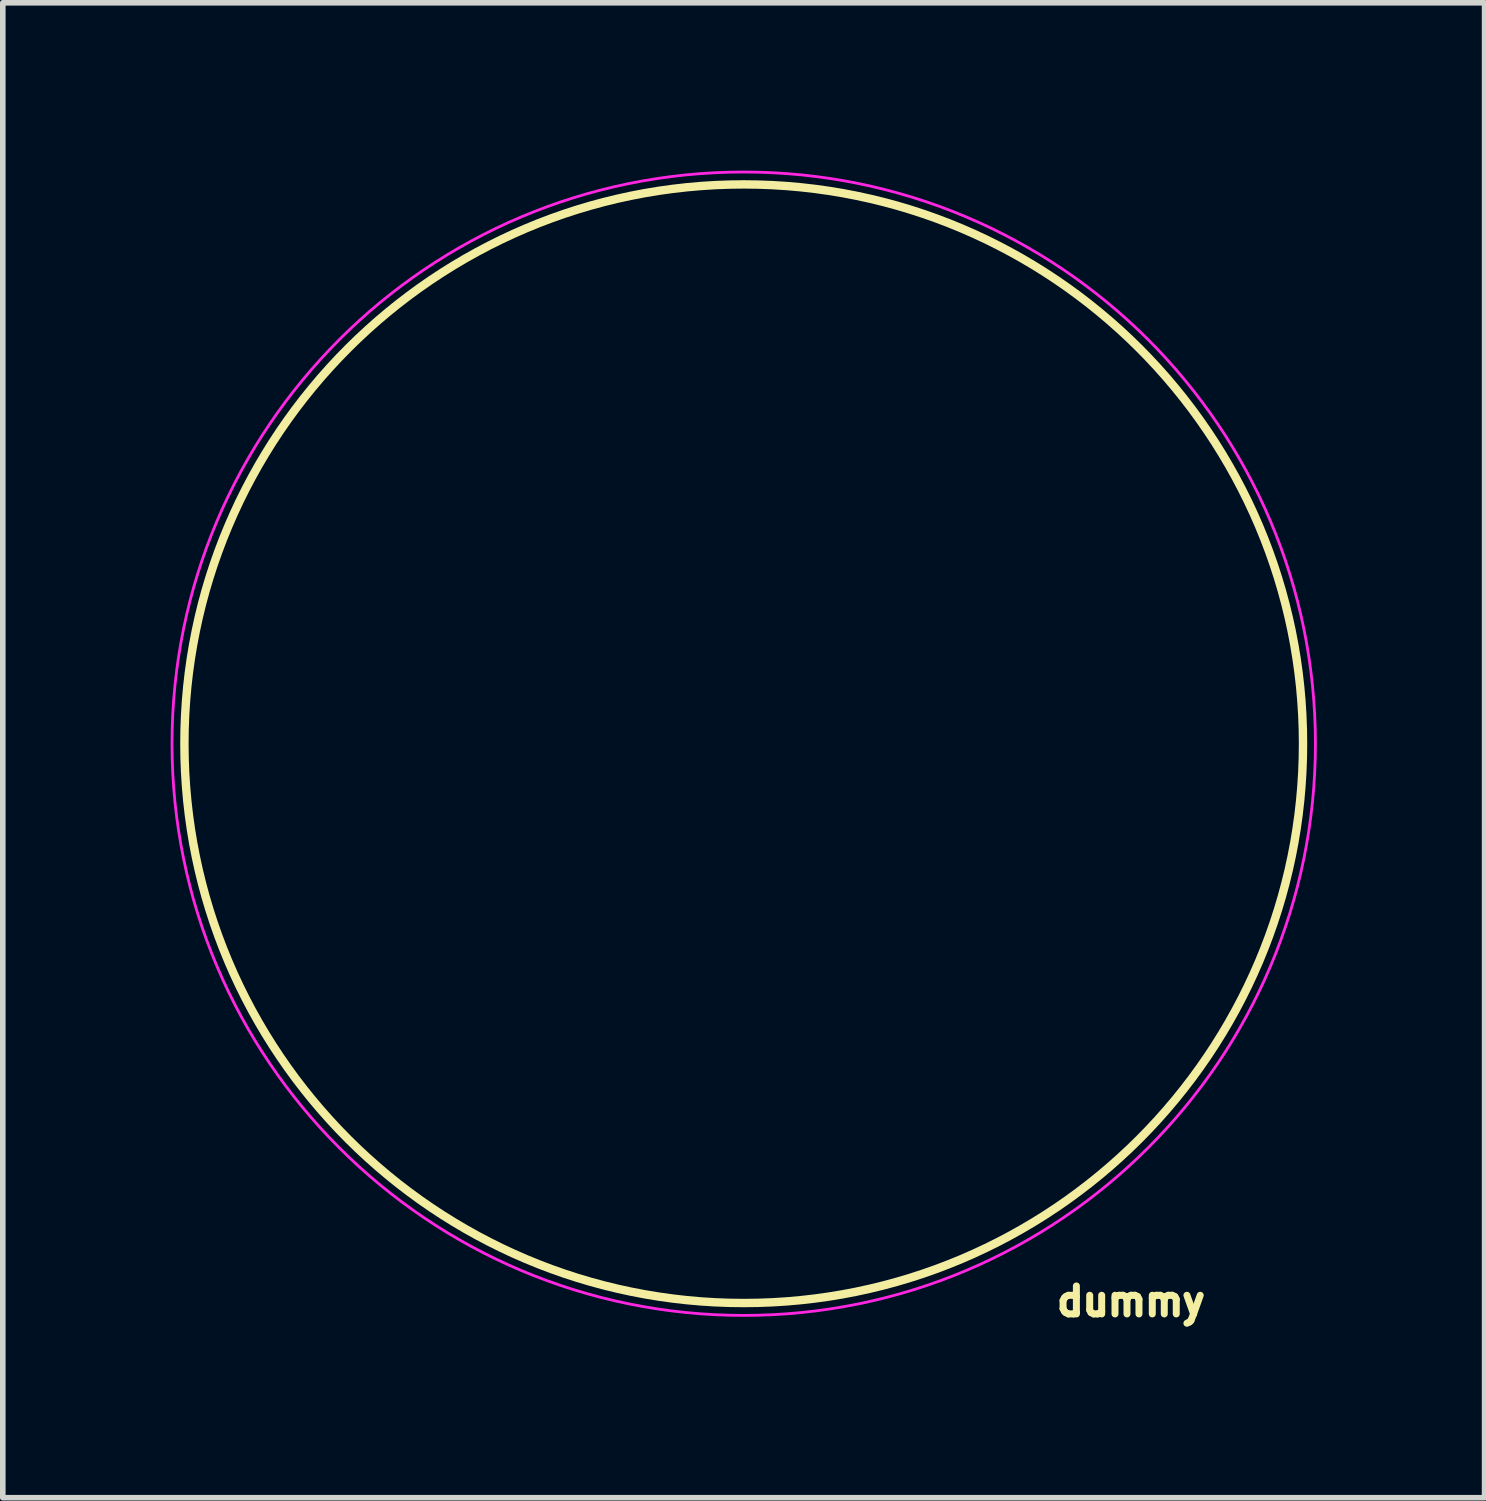
<source format=kicad_pcb>
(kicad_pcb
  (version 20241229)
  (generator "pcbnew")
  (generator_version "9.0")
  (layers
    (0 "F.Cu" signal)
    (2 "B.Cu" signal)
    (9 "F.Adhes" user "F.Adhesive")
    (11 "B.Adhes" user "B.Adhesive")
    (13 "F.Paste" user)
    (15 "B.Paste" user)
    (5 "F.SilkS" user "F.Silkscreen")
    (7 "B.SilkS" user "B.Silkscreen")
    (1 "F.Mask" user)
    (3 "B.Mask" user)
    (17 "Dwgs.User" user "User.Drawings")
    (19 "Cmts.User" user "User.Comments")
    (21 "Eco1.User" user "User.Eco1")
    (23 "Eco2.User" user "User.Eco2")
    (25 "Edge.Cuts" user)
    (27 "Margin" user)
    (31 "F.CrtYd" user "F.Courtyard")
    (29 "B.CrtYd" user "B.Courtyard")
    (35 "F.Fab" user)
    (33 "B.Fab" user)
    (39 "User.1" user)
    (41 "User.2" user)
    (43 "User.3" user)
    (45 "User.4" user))
  (footprint "dummy"
    (layer "F.Cu")
    (at 10.247 10.247)
    (property "Reference" "dummy" (at 6.924 9.97 0) (unlocked yes) (layer "F.SilkS") (effects (font (size 0.5 0.5) (thickness 0.15))))
    (attr through_hole)
    (fp_circle (center 0 0) (end 10 0) (stroke (width 0.15) (type default)) (fill no) (layer "F.SilkS"))
    (fp_circle (center 0 0) (end 8.8 5.2) (stroke (width 0.05) (type default)) (fill no) (layer "F.CrtYd")))
  (gr_rect
    (start -3 -3)
    (end 23.493 23.728)
    (stroke (width 0.1) (type default))
    (fill no)
    (layer "Edge.Cuts")))
</source>
